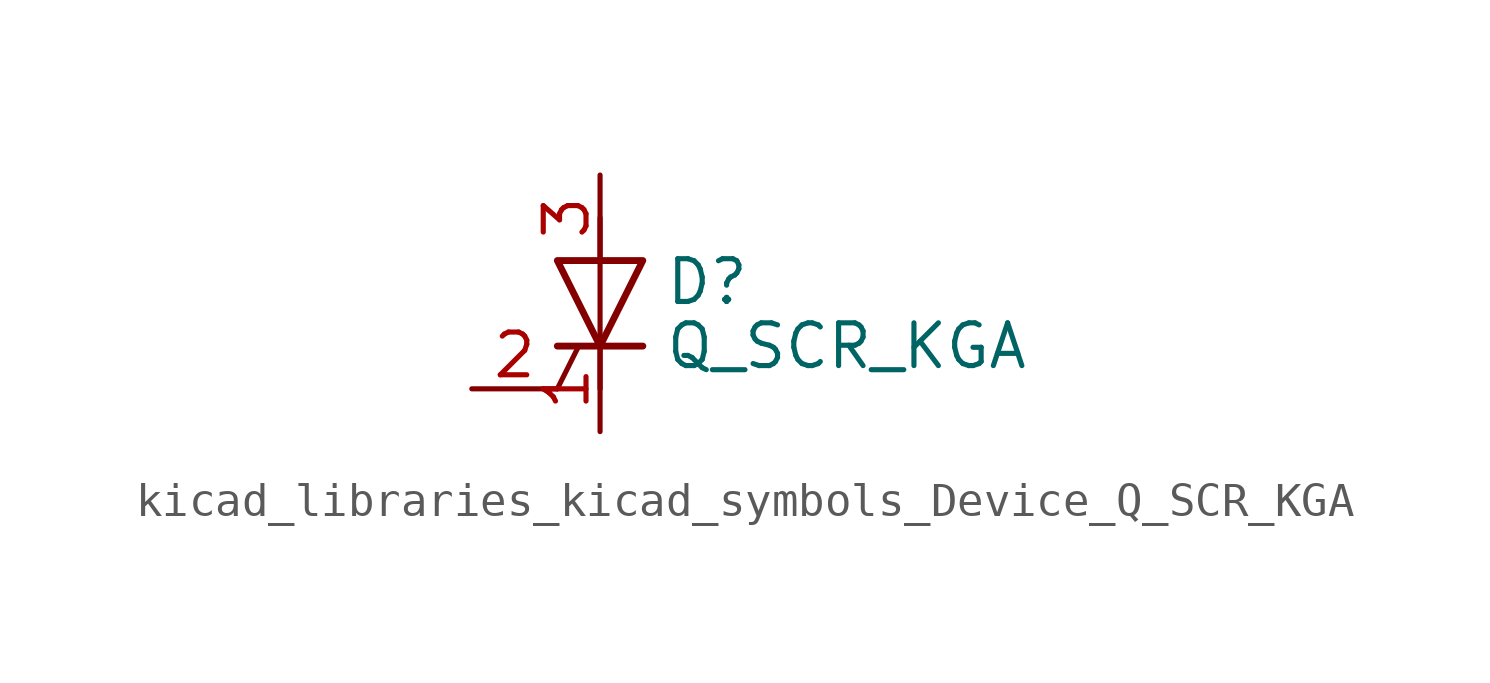
<source format=kicad_sym>
(kicad_symbol_lib
  (version 20220914)
  (generator kicad_symbol_editor)
  (symbol "kicad_libraries_kicad_symbols_Device_Q_SCR_KGA"
    (pin_names
      (offset 0) hide)
    (property "Reference" "D"
      (at 1.905 0.635 0)
      (effects (font (size 1.27 1.27)) (justify left)))
    (property "Value" "Q_SCR_KGA"
      (at 1.905 -1.27 0)
      (effects (font (size 1.27 1.27)) (justify left)))
    (symbol "kicad_libraries_kicad_symbols_Device_Q_SCR_KGA_0_1"
      (polyline (pts (xy -1.27 -2.54) (xy -0.635 -1.27)) (stroke (width 0) (type default)) (fill (type none)))
      (polyline (pts (xy -1.27 -1.27) (xy 1.27 -1.27)) (stroke (width 0.203) (type default)) (fill (type none)))
      (polyline (pts (xy 0 -2.54) (xy 0 2.54)) (stroke (width 0) (type default)) (fill (type none)))
      (polyline (pts (xy -1.27 1.27) (xy 1.27 1.27) (xy 0 -1.27) (xy -1.27 1.27)) (stroke (width 0.203) (type default)) (fill (type none))))
    (symbol "kicad_libraries_kicad_symbols_Device_Q_SCR_KGA_1_1"
      (pin passive line (at 0 -3.81 90) (length 2.54) (name "K" (effects (font (size 1.27 1.27)))) (number "1" (effects (font (size 1.27 1.27)))))
      (pin input line (at -3.81 -2.54 0) (length 2.54) (name "G" (effects (font (size 1.27 1.27)))) (number "2" (effects (font (size 1.27 1.27)))))
      (pin passive line (at 0 3.81 270) (length 2.54) (name "A" (effects (font (size 1.27 1.27)))) (number "3" (effects (font (size 1.27 1.27))))))))
</source>
